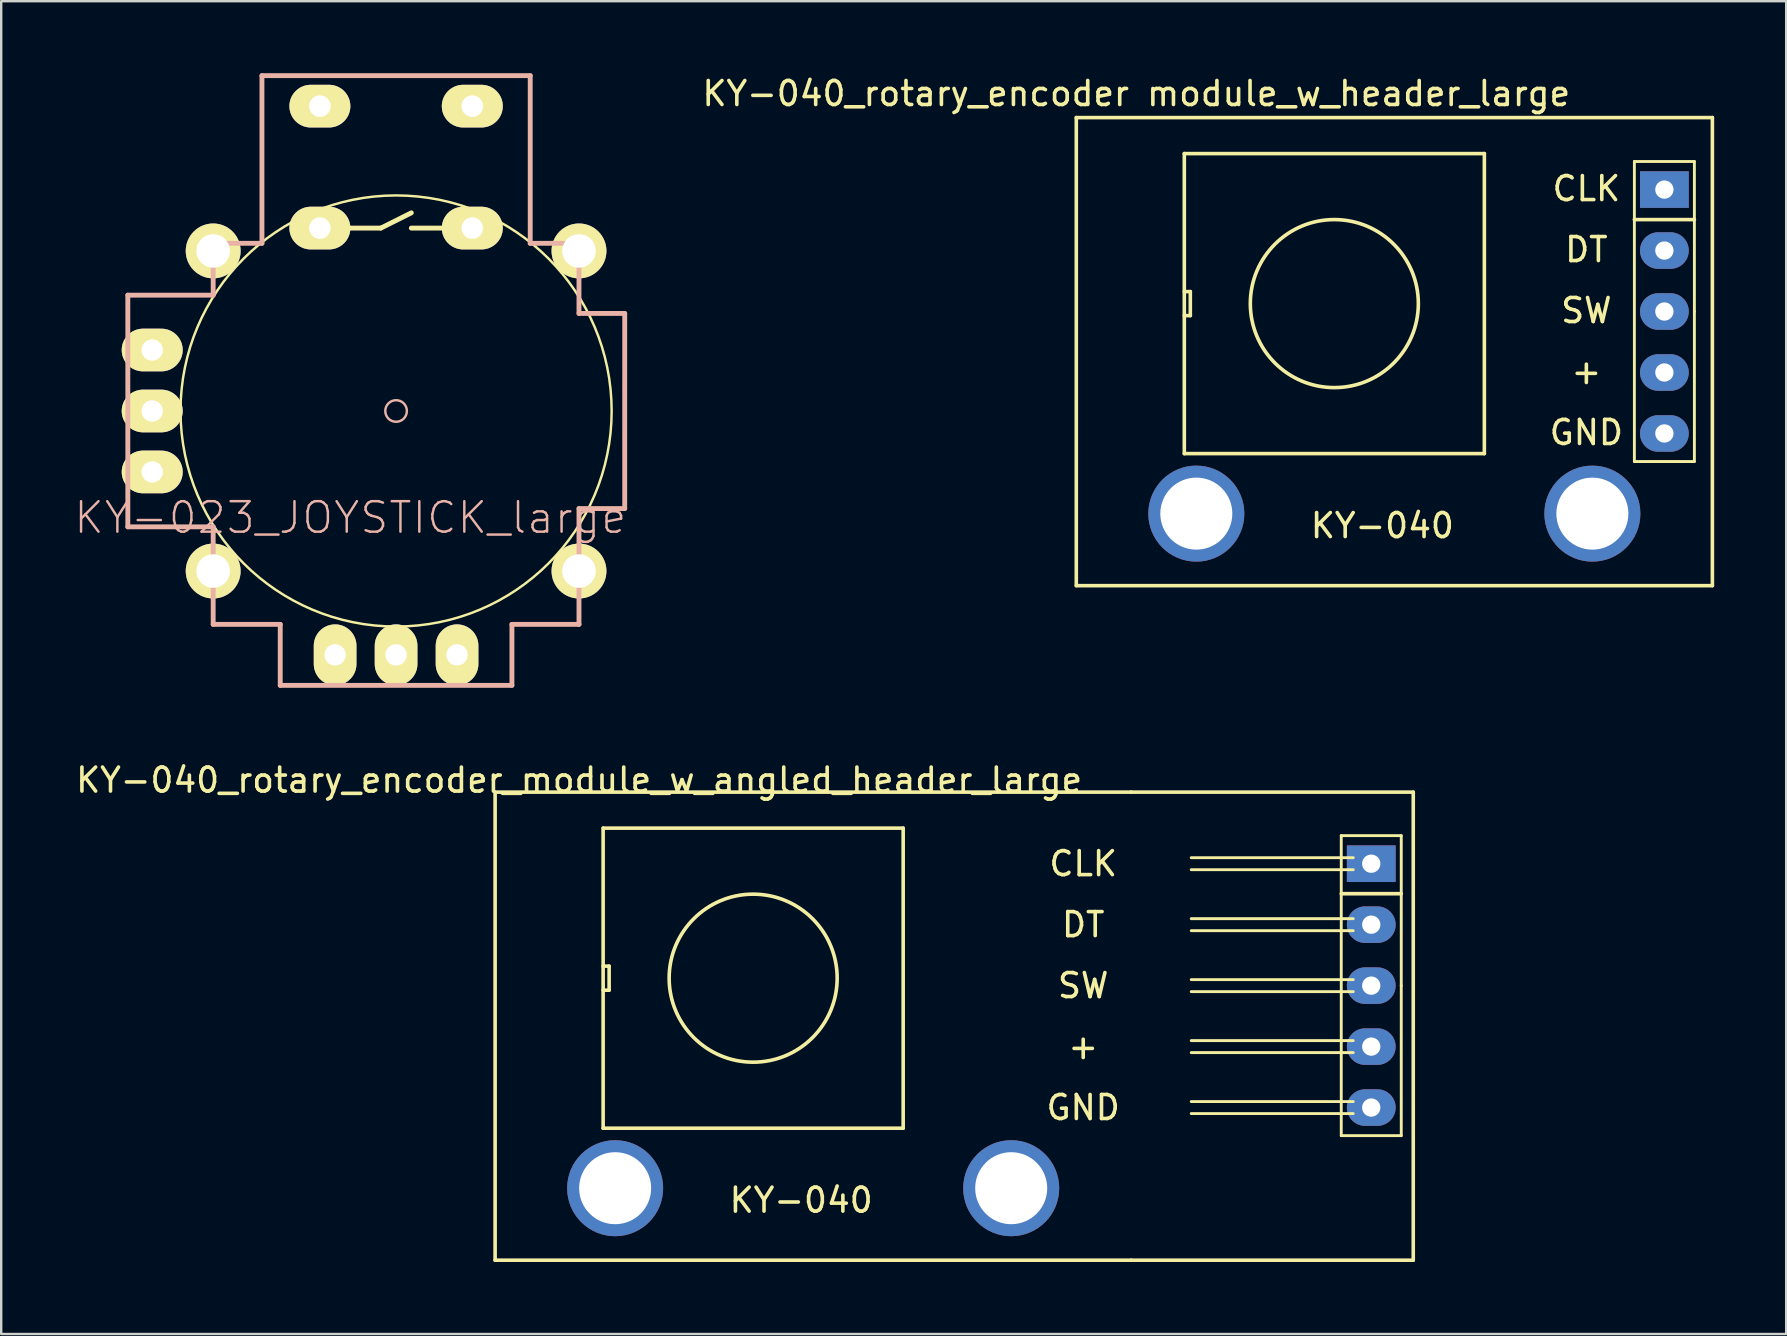
<source format=kicad_pcb>
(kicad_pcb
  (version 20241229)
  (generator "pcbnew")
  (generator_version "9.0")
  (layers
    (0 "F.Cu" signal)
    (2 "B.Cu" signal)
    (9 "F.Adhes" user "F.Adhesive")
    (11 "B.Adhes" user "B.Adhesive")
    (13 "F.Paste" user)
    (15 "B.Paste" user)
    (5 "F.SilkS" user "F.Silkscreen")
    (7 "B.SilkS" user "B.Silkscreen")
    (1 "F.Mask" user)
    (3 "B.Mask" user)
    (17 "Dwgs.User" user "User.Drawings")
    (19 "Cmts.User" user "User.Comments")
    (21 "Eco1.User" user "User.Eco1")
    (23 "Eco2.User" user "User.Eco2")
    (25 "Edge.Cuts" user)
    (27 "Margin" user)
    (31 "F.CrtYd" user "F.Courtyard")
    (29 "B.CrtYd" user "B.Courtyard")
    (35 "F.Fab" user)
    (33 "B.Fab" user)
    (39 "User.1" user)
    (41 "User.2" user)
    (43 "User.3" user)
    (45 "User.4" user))
  (footprint "KY-040_rotary_encoder_module_w_angled_header_large"
    (layer "F.Cu")
    (at 42.077 32.951)
    (property "Reference" "KY-040_rotary_encoder_module_w_angled_header_large" (at -21 -3.5 0) (layer "F.SilkS") (effects (font (size 1 1) (thickness 0.15))))
    (attr through_hole)
    (fp_line (start -24.5 -3) (end 2 -3) (stroke (width 0.15) (type solid)) (layer "F.SilkS"))
    (fp_line (start -24.5 16.5) (end -24.5 -3) (stroke (width 0.15) (type solid)) (layer "F.SilkS"))
    (fp_line (start -20 -1.5) (end -7.5 -1.5) (stroke (width 0.15) (type solid)) (layer "F.SilkS"))
    (fp_line (start -20 4.25) (end -19.75 4.25) (stroke (width 0.15) (type solid)) (layer "F.SilkS"))
    (fp_line (start -20 11) (end -20 -1.5) (stroke (width 0.15) (type solid)) (layer "F.SilkS"))
    (fp_line (start -19.75 4.25) (end -19.75 5.25) (stroke (width 0.15) (type solid)) (layer "F.SilkS"))
    (fp_line (start -19.75 5.25) (end -20 5.25) (stroke (width 0.15) (type solid)) (layer "F.SilkS"))
    (fp_line (start -7.5 -1.5) (end -7.5 11) (stroke (width 0.15) (type solid)) (layer "F.SilkS"))
    (fp_line (start -7.5 11) (end -20 11) (stroke (width 0.15) (type solid)) (layer "F.SilkS"))
    (fp_line (start 2 16.5) (end -24.5 16.5) (stroke (width 0.15) (type solid)) (layer "F.SilkS"))
    (fp_line (start 2 16.5) (end 13.75 16.5) (stroke (width 0.15) (type solid)) (layer "F.SilkS"))
    (fp_line (start 4.5 0.231) (end 11.25 0.231) (stroke (width 0.12) (type solid)) (layer "F.SilkS"))
    (fp_line (start 4.5 2.771) (end 11.25 2.771) (stroke (width 0.12) (type solid)) (layer "F.SilkS"))
    (fp_line (start 4.5 5.311) (end 11.25 5.311) (stroke (width 0.12) (type solid)) (layer "F.SilkS"))
    (fp_line (start 4.5 7.851) (end 11.25 7.851) (stroke (width 0.12) (type solid)) (layer "F.SilkS"))
    (fp_line (start 4.5 10.391) (end 11.25 10.391) (stroke (width 0.12) (type solid)) (layer "F.SilkS"))
    (fp_line (start 10.75 -1.189) (end 10.75 11.311) (stroke (width 0.12) (type solid)) (layer "F.SilkS"))
    (fp_line (start 10.75 1.231) (end 13.25 1.231) (stroke (width 0.15) (type solid)) (layer "F.SilkS"))
    (fp_line (start 10.75 11.311) (end 13.25 11.311) (stroke (width 0.12) (type solid)) (layer "F.SilkS"))
    (fp_line (start 11.25 -0.269) (end 4.5 -0.269) (stroke (width 0.12) (type solid)) (layer "F.SilkS"))
    (fp_line (start 11.25 2.271) (end 4.5 2.271) (stroke (width 0.12) (type solid)) (layer "F.SilkS"))
    (fp_line (start 11.25 4.811) (end 4.5 4.811) (stroke (width 0.12) (type solid)) (layer "F.SilkS"))
    (fp_line (start 11.25 7.351) (end 4.5 7.351) (stroke (width 0.12) (type solid)) (layer "F.SilkS"))
    (fp_line (start 11.25 9.891) (end 4.5 9.891) (stroke (width 0.12) (type solid)) (layer "F.SilkS"))
    (fp_line (start 13.25 -1.189) (end 10.75 -1.189) (stroke (width 0.12) (type solid)) (layer "F.SilkS"))
    (fp_line (start 13.25 5.061) (end 13.25 -1.189) (stroke (width 0.12) (type solid)) (layer "F.SilkS"))
    (fp_line (start 13.25 11.311) (end 13.25 5.061) (stroke (width 0.12) (type solid)) (layer "F.SilkS"))
    (fp_line (start 13.75 -3) (end 2 -3) (stroke (width 0.15) (type solid)) (layer "F.SilkS"))
    (fp_line (start 13.75 -3) (end 13.75 16.5) (stroke (width 0.15) (type solid)) (layer "F.SilkS"))
    (fp_circle (center -13.75 4.75) (end -10.25 4.75) (stroke (width 0.15) (type solid)) (fill no) (layer "F.SilkS"))
    (fp_text user "DT" (at 0 2.521 0) (layer "F.SilkS") (effects (font (size 1 1) (thickness 0.15))))
    (fp_text user "+" (at 0 7.601 0) (layer "F.SilkS") (effects (font (size 1 1) (thickness 0.15))))
    (fp_text user "CLK" (at 0 -0.019 0) (layer "F.SilkS") (effects (font (size 1 1) (thickness 0.15))))
    (fp_text user "KY-040" (at -11.75 14 0) (unlocked yes) (layer "F.SilkS") (effects (font (size 1 1) (thickness 0.15))))
    (fp_text user "GND" (at 0 10.141 0) (layer "F.SilkS") (effects (font (size 1 1) (thickness 0.15))))
    (fp_text user "SW" (at 0 5.061 0) (layer "F.SilkS") (effects (font (size 1 1) (thickness 0.15))))
    (pad "" np_thru_hole circle (at -19.5 13.5) (size 4 4) (drill 3) (layers "*.Cu" "*.Mask"))
    (pad "" np_thru_hole circle (at -3 13.5) (size 4 4) (drill 3) (layers "*.Cu" "*.Mask"))
    (pad "1" thru_hole rect (at 12 -0.019) (size 2.032 1.524) (drill 0.762) (layers "*.Cu" "*.Mask"))
    (pad "2" thru_hole oval (at 12 2.521) (size 2.032 1.524) (drill 0.762) (layers "*.Cu" "*.Mask"))
    (pad "3" thru_hole oval (at 12 5.061) (size 2.032 1.524) (drill 0.762) (layers "*.Cu" "*.Mask"))
    (pad "4" thru_hole oval (at 12 7.601) (size 2.032 1.524) (drill 0.762) (layers "*.Cu" "*.Mask"))
    (pad "5" thru_hole oval (at 12 10.141) (size 2.032 1.524) (drill 0.762) (layers "*.Cu" "*.Mask")))
  (footprint "KY-040_rotary_encoder module_w_header_large"
    (layer "F.Cu")
    (at 66.289 4.848)
    (property "Reference" "KY-040_rotary_encoder module_w_header_large" (at -22 -4 0) (layer "F.SilkS") (effects (font (size 1 1) (thickness 0.15))))
    (attr through_hole)
    (fp_line (start -24.5 -3) (end 2 -3) (stroke (width 0.15) (type solid)) (layer "F.SilkS"))
    (fp_line (start -24.5 16.5) (end -24.5 -3) (stroke (width 0.15) (type solid)) (layer "F.SilkS"))
    (fp_line (start -20 -1.5) (end -7.5 -1.5) (stroke (width 0.15) (type solid)) (layer "F.SilkS"))
    (fp_line (start -20 4.25) (end -19.75 4.25) (stroke (width 0.15) (type solid)) (layer "F.SilkS"))
    (fp_line (start -20 11) (end -20 -1.5) (stroke (width 0.15) (type solid)) (layer "F.SilkS"))
    (fp_line (start -19.75 4.25) (end -19.75 5.25) (stroke (width 0.15) (type solid)) (layer "F.SilkS"))
    (fp_line (start -19.75 5.25) (end -20 5.25) (stroke (width 0.15) (type solid)) (layer "F.SilkS"))
    (fp_line (start -7.5 -1.5) (end -7.5 11) (stroke (width 0.15) (type solid)) (layer "F.SilkS"))
    (fp_line (start -7.5 11) (end -20 11) (stroke (width 0.15) (type solid)) (layer "F.SilkS"))
    (fp_line (start -1.25 -1.17) (end -1.25 11.33) (stroke (width 0.12) (type solid)) (layer "F.SilkS"))
    (fp_line (start -1.25 1.25) (end 1.25 1.25) (stroke (width 0.15) (type solid)) (layer "F.SilkS"))
    (fp_line (start -1.25 11.33) (end 1.25 11.33) (stroke (width 0.12) (type solid)) (layer "F.SilkS"))
    (fp_line (start 1.25 -1.17) (end -1.25 -1.17) (stroke (width 0.12) (type solid)) (layer "F.SilkS"))
    (fp_line (start 1.25 5.08) (end 1.25 -1.17) (stroke (width 0.12) (type solid)) (layer "F.SilkS"))
    (fp_line (start 1.25 11.33) (end 1.25 5.08) (stroke (width 0.12) (type solid)) (layer "F.SilkS"))
    (fp_line (start 2 -3) (end 2 16.5) (stroke (width 0.15) (type solid)) (layer "F.SilkS"))
    (fp_line (start 2 16.5) (end -24.5 16.5) (stroke (width 0.15) (type solid)) (layer "F.SilkS"))
    (fp_circle (center -13.75 4.75) (end -10.25 4.75) (stroke (width 0.15) (type solid)) (fill no) (layer "F.SilkS"))
    (fp_text user "DT" (at -3.25 2.501 0) (layer "F.SilkS") (effects (font (size 1 1) (thickness 0.15))))
    (fp_text user "KY-040" (at -11.75 14 0) (unlocked yes) (layer "F.SilkS") (effects (font (size 1 1) (thickness 0.15))))
    (fp_text user "+" (at -3.25 7.581 0) (layer "F.SilkS") (effects (font (size 1 1) (thickness 0.15))))
    (fp_text user "GND" (at -3.25 10.121 0) (layer "F.SilkS") (effects (font (size 1 1) (thickness 0.15))))
    (fp_text user "CLK" (at -3.25 -0.039 0) (layer "F.SilkS") (effects (font (size 1 1) (thickness 0.15))))
    (fp_text user "SW" (at -3.25 5.041 0) (layer "F.SilkS") (effects (font (size 1 1) (thickness 0.15))))
    (pad "" np_thru_hole circle (at -19.5 13.5) (size 4 4) (drill 3) (layers "*.Cu" "*.Mask"))
    (pad "" np_thru_hole circle (at -3 13.5) (size 4 4) (drill 3) (layers "*.Cu" "*.Mask"))
    (pad "1" thru_hole rect (at 0 0) (size 2.032 1.524) (drill 0.762) (layers "*.Cu" "*.Mask"))
    (pad "2" thru_hole oval (at 0 2.54) (size 2.032 1.524) (drill 0.762) (layers "*.Cu" "*.Mask"))
    (pad "3" thru_hole oval (at 0 5.08) (size 2.032 1.524) (drill 0.762) (layers "*.Cu" "*.Mask"))
    (pad "4" thru_hole oval (at 0 7.62) (size 2.032 1.524) (drill 0.762) (layers "*.Cu" "*.Mask"))
    (pad "5" thru_hole oval (at 0 10.16) (size 2.032 1.524) (drill 0.762) (layers "*.Cu" "*.Mask")))
  (footprint "KY-023_JOYSTICK_large"
    (layer "F.Cu")
    (at 13.451 14.072)
    (property "Reference" "KY-023_JOYSTICK_large" (at -1.905 4.445 0) (layer "B.SilkS") (effects (font (size 1.27 1.27) (thickness 0.102))))
    (attr exclude_from_pos_files exclude_from_bom)
    (fp_line (start -1.905 -7.62) (end -0.635 -7.62) (stroke (width 0.203) (type solid)) (layer "F.SilkS"))
    (fp_line (start -0.635 -7.62) (end 0.635 -8.255) (stroke (width 0.203) (type solid)) (layer "F.SilkS"))
    (fp_line (start 0.635 -7.62) (end 1.905 -7.62) (stroke (width 0.203) (type solid)) (layer "F.SilkS"))
    (fp_circle (center 0 0) (end -6.35 6.35) (stroke (width 0.102) (type solid)) (fill no) (layer "F.SilkS"))
    (fp_line (start -11.176 -4.826) (end -11.176 4.826) (stroke (width 0.203) (type solid)) (layer "B.SilkS"))
    (fp_line (start -7.62 -4.826) (end -11.176 -4.826) (stroke (width 0.203) (type solid)) (layer "B.SilkS"))
    (fp_line (start -7.62 -4.826) (end -7.62 -6.985) (stroke (width 0.203) (type solid)) (layer "B.SilkS"))
    (fp_line (start -7.62 4.826) (end -11.176 4.826) (stroke (width 0.203) (type solid)) (layer "B.SilkS"))
    (fp_line (start -7.62 4.826) (end -7.62 8.89) (stroke (width 0.203) (type solid)) (layer "B.SilkS"))
    (fp_line (start -5.588 -13.97) (end -5.588 -6.985) (stroke (width 0.203) (type solid)) (layer "B.SilkS"))
    (fp_line (start -5.588 -6.985) (end -7.62 -6.985) (stroke (width 0.203) (type solid)) (layer "B.SilkS"))
    (fp_line (start -4.826 8.89) (end -7.62 8.89) (stroke (width 0.203) (type solid)) (layer "B.SilkS"))
    (fp_line (start -4.826 11.43) (end -4.826 8.89) (stroke (width 0.203) (type solid)) (layer "B.SilkS"))
    (fp_line (start 4.826 8.89) (end 7.62 8.89) (stroke (width 0.203) (type solid)) (layer "B.SilkS"))
    (fp_line (start 4.826 11.43) (end -4.826 11.43) (stroke (width 0.203) (type solid)) (layer "B.SilkS"))
    (fp_line (start 4.826 11.43) (end 4.826 8.89) (stroke (width 0.203) (type solid)) (layer "B.SilkS"))
    (fp_line (start 5.588 -13.97) (end -5.588 -13.97) (stroke (width 0.203) (type solid)) (layer "B.SilkS"))
    (fp_line (start 5.588 -13.97) (end 5.588 -6.985) (stroke (width 0.203) (type solid)) (layer "B.SilkS"))
    (fp_line (start 7.62 -6.985) (end 5.588 -6.985) (stroke (width 0.203) (type solid)) (layer "B.SilkS"))
    (fp_line (start 7.62 -4.064) (end 7.62 -6.985) (stroke (width 0.203) (type solid)) (layer "B.SilkS"))
    (fp_line (start 7.62 -4.064) (end 9.525 -4.064) (stroke (width 0.203) (type solid)) (layer "B.SilkS"))
    (fp_line (start 7.62 4.064) (end 7.62 8.89) (stroke (width 0.203) (type solid)) (layer "B.SilkS"))
    (fp_line (start 7.62 4.064) (end 9.525 4.064) (stroke (width 0.203) (type solid)) (layer "B.SilkS"))
    (fp_line (start 9.525 -4.064) (end 9.525 4.064) (stroke (width 0.203) (type solid)) (layer "B.SilkS"))
    (fp_circle (center 0 0) (end -0.318 0.318) (stroke (width 0.102) (type solid)) (fill no) (layer "B.SilkS"))
    (pad "B1A" thru_hole oval (at -3.175 -12.7) (size 2.54 1.778) (drill 0.899) (layers "*.Cu" "F.Mask" "F.SilkS" "F.Paste"))
    (pad "B1B" thru_hole oval (at 3.175 -12.7) (size 2.54 1.778) (drill 0.899) (layers "*.Cu" "F.Mask" "F.SilkS" "F.Paste"))
    (pad "B2A" thru_hole oval (at -3.175 -7.62) (size 2.54 1.778) (drill 0.899) (layers "*.Cu" "F.Mask" "F.SilkS" "F.Paste"))
    (pad "B2B" thru_hole oval (at 3.175 -7.62) (size 2.54 1.778) (drill 0.899) (layers "*.Cu" "F.Mask" "F.SilkS" "F.Paste"))
    (pad "H1" thru_hole oval (at -2.54 10.16) (size 1.778 2.54) (drill 0.889) (layers "*.Cu" "F.Mask" "F.SilkS" "F.Paste"))
    (pad "H2" thru_hole oval (at 0 10.16) (size 1.778 2.54) (drill 0.889) (layers "*.Cu" "F.Mask" "F.SilkS" "F.Paste"))
    (pad "H3" thru_hole oval (at 2.54 10.16) (size 1.778 2.54) (drill 0.889) (layers "*.Cu" "F.Mask" "F.SilkS" "F.Paste"))
    (pad "MOUN" thru_hole circle (at -7.62 -6.668) (size 2.286 2.286) (drill 1.397) (layers "*.Cu" "F.Mask" "F.SilkS" "F.Paste"))
    (pad "MOUN" thru_hole circle (at -7.62 6.668) (size 2.286 2.286) (drill 1.397) (layers "*.Cu" "F.Mask" "F.SilkS" "F.Paste"))
    (pad "MOUN" thru_hole circle (at 7.62 -6.668) (size 2.286 2.286) (drill 1.397) (layers "*.Cu" "F.Mask" "F.SilkS" "F.Paste"))
    (pad "MOUN" thru_hole circle (at 7.62 6.668) (size 2.286 2.286) (drill 1.397) (layers "*.Cu" "F.Mask" "F.SilkS" "F.Paste"))
    (pad "V1" thru_hole oval (at -10.16 -2.54) (size 2.54 1.778) (drill 0.889) (layers "*.Cu" "F.Mask" "F.SilkS" "F.Paste"))
    (pad "V2" thru_hole oval (at -10.16 0) (size 2.54 1.778) (drill 0.889) (layers "*.Cu" "F.Mask" "F.SilkS" "F.Paste"))
    (pad "V3" thru_hole oval (at -10.16 2.54) (size 2.54 1.778) (drill 0.889) (layers "*.Cu" "F.Mask" "F.SilkS" "F.Paste")))
  (gr_rect
    (start -3 -3)
    (end 71.364 52.526)
    (stroke (width 0.1) (type default))
    (fill no)
    (layer "Edge.Cuts")))
</source>
